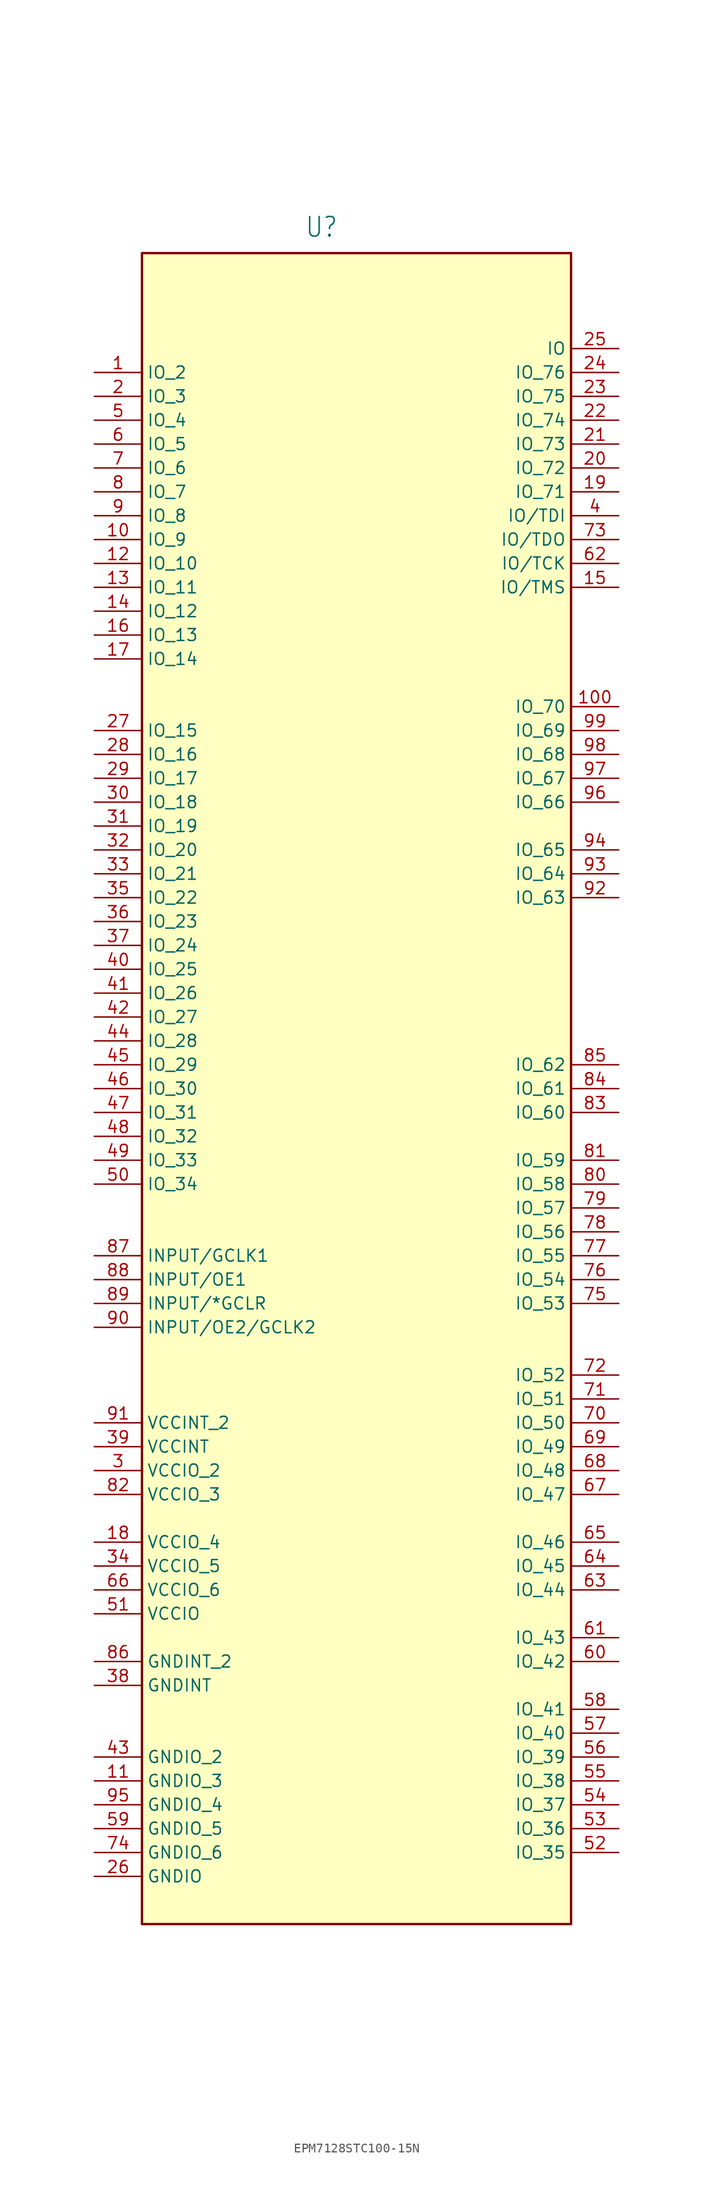
<source format=kicad_sym>
(kicad_symbol_lib
  (version 20220914)
  (generator kicad_symbol_editor)
  (symbol "EPM7128STC100-15N"
    (property "Reference" "U"
      (at -5.512 87.909 0)
      (effects (font (size 2.083 1.77)) (justify left bottom)))
    (property "Value" ""
      (at -7.925 -95.606 0)
      (effects (font (size 2.083 1.77)) (justify left bottom)))
    (property "ki_locked" ""
      (at 0 0 0)
      (effects (font (size 1.27 1.27))))
    (symbol "EPM7128STC100-15N_1_0"
      (pin bidirectional line (at -27.94 73.66 0) (length 5.08) (name "IO_2" (effects (font (size 1.27 1.27)))) (number "1" (effects (font (size 1.27 1.27)))))
      (pin bidirectional line (at -27.94 55.88 0) (length 5.08) (name "IO_9" (effects (font (size 1.27 1.27)))) (number "10" (effects (font (size 1.27 1.27)))))
      (pin bidirectional line (at 27.94 38.1 180) (length 5.08) (name "IO_70" (effects (font (size 1.27 1.27)))) (number "100" (effects (font (size 1.27 1.27)))))
      (pin passive line (at -27.94 -76.2 0) (length 5.08) (name "GNDIO_3" (effects (font (size 1.27 1.27)))) (number "11" (effects (font (size 1.27 1.27)))))
      (pin bidirectional line (at -27.94 53.34 0) (length 5.08) (name "IO_10" (effects (font (size 1.27 1.27)))) (number "12" (effects (font (size 1.27 1.27)))))
      (pin bidirectional line (at -27.94 50.8 0) (length 5.08) (name "IO_11" (effects (font (size 1.27 1.27)))) (number "13" (effects (font (size 1.27 1.27)))))
      (pin bidirectional line (at -27.94 48.26 0) (length 5.08) (name "IO_12" (effects (font (size 1.27 1.27)))) (number "14" (effects (font (size 1.27 1.27)))))
      (pin bidirectional line (at 27.94 50.8 180) (length 5.08) (name "IO/TMS" (effects (font (size 1.27 1.27)))) (number "15" (effects (font (size 1.27 1.27)))))
      (pin bidirectional line (at -27.94 45.72 0) (length 5.08) (name "IO_13" (effects (font (size 1.27 1.27)))) (number "16" (effects (font (size 1.27 1.27)))))
      (pin bidirectional line (at -27.94 43.18 0) (length 5.08) (name "IO_14" (effects (font (size 1.27 1.27)))) (number "17" (effects (font (size 1.27 1.27)))))
      (pin power_in line (at -27.94 -50.8 0) (length 5.08) (name "VCCIO_4" (effects (font (size 1.27 1.27)))) (number "18" (effects (font (size 1.27 1.27)))))
      (pin bidirectional line (at 27.94 60.96 180) (length 5.08) (name "IO_71" (effects (font (size 1.27 1.27)))) (number "19" (effects (font (size 1.27 1.27)))))
      (pin bidirectional line (at -27.94 71.12 0) (length 5.08) (name "IO_3" (effects (font (size 1.27 1.27)))) (number "2" (effects (font (size 1.27 1.27)))))
      (pin bidirectional line (at 27.94 63.5 180) (length 5.08) (name "IO_72" (effects (font (size 1.27 1.27)))) (number "20" (effects (font (size 1.27 1.27)))))
      (pin bidirectional line (at 27.94 66.04 180) (length 5.08) (name "IO_73" (effects (font (size 1.27 1.27)))) (number "21" (effects (font (size 1.27 1.27)))))
      (pin bidirectional line (at 27.94 68.58 180) (length 5.08) (name "IO_74" (effects (font (size 1.27 1.27)))) (number "22" (effects (font (size 1.27 1.27)))))
      (pin bidirectional line (at 27.94 71.12 180) (length 5.08) (name "IO_75" (effects (font (size 1.27 1.27)))) (number "23" (effects (font (size 1.27 1.27)))))
      (pin bidirectional line (at 27.94 73.66 180) (length 5.08) (name "IO_76" (effects (font (size 1.27 1.27)))) (number "24" (effects (font (size 1.27 1.27)))))
      (pin bidirectional line (at 27.94 76.2 180) (length 5.08) (name "IO" (effects (font (size 1.27 1.27)))) (number "25" (effects (font (size 1.27 1.27)))))
      (pin passive line (at -27.94 -86.36 0) (length 5.08) (name "GNDIO" (effects (font (size 1.27 1.27)))) (number "26" (effects (font (size 1.27 1.27)))))
      (pin bidirectional line (at -27.94 35.56 0) (length 5.08) (name "IO_15" (effects (font (size 1.27 1.27)))) (number "27" (effects (font (size 1.27 1.27)))))
      (pin bidirectional line (at -27.94 33.02 0) (length 5.08) (name "IO_16" (effects (font (size 1.27 1.27)))) (number "28" (effects (font (size 1.27 1.27)))))
      (pin bidirectional line (at -27.94 30.48 0) (length 5.08) (name "IO_17" (effects (font (size 1.27 1.27)))) (number "29" (effects (font (size 1.27 1.27)))))
      (pin power_in line (at -27.94 -43.18 0) (length 5.08) (name "VCCIO_2" (effects (font (size 1.27 1.27)))) (number "3" (effects (font (size 1.27 1.27)))))
      (pin bidirectional line (at -27.94 27.94 0) (length 5.08) (name "IO_18" (effects (font (size 1.27 1.27)))) (number "30" (effects (font (size 1.27 1.27)))))
      (pin bidirectional line (at -27.94 25.4 0) (length 5.08) (name "IO_19" (effects (font (size 1.27 1.27)))) (number "31" (effects (font (size 1.27 1.27)))))
      (pin bidirectional line (at -27.94 22.86 0) (length 5.08) (name "IO_20" (effects (font (size 1.27 1.27)))) (number "32" (effects (font (size 1.27 1.27)))))
      (pin bidirectional line (at -27.94 20.32 0) (length 5.08) (name "IO_21" (effects (font (size 1.27 1.27)))) (number "33" (effects (font (size 1.27 1.27)))))
      (pin power_in line (at -27.94 -53.34 0) (length 5.08) (name "VCCIO_5" (effects (font (size 1.27 1.27)))) (number "34" (effects (font (size 1.27 1.27)))))
      (pin bidirectional line (at -27.94 17.78 0) (length 5.08) (name "IO_22" (effects (font (size 1.27 1.27)))) (number "35" (effects (font (size 1.27 1.27)))))
      (pin bidirectional line (at -27.94 15.24 0) (length 5.08) (name "IO_23" (effects (font (size 1.27 1.27)))) (number "36" (effects (font (size 1.27 1.27)))))
      (pin bidirectional line (at -27.94 12.7 0) (length 5.08) (name "IO_24" (effects (font (size 1.27 1.27)))) (number "37" (effects (font (size 1.27 1.27)))))
      (pin passive line (at -27.94 -66.04 0) (length 5.08) (name "GNDINT" (effects (font (size 1.27 1.27)))) (number "38" (effects (font (size 1.27 1.27)))))
      (pin power_in line (at -27.94 -40.64 0) (length 5.08) (name "VCCINT" (effects (font (size 1.27 1.27)))) (number "39" (effects (font (size 1.27 1.27)))))
      (pin bidirectional line (at 27.94 58.42 180) (length 5.08) (name "IO/TDI" (effects (font (size 1.27 1.27)))) (number "4" (effects (font (size 1.27 1.27)))))
      (pin bidirectional line (at -27.94 10.16 0) (length 5.08) (name "IO_25" (effects (font (size 1.27 1.27)))) (number "40" (effects (font (size 1.27 1.27)))))
      (pin bidirectional line (at -27.94 7.62 0) (length 5.08) (name "IO_26" (effects (font (size 1.27 1.27)))) (number "41" (effects (font (size 1.27 1.27)))))
      (pin bidirectional line (at -27.94 5.08 0) (length 5.08) (name "IO_27" (effects (font (size 1.27 1.27)))) (number "42" (effects (font (size 1.27 1.27)))))
      (pin passive line (at -27.94 -73.66 0) (length 5.08) (name "GNDIO_2" (effects (font (size 1.27 1.27)))) (number "43" (effects (font (size 1.27 1.27)))))
      (pin bidirectional line (at -27.94 2.54 0) (length 5.08) (name "IO_28" (effects (font (size 1.27 1.27)))) (number "44" (effects (font (size 1.27 1.27)))))
      (pin bidirectional line (at -27.94 0 0) (length 5.08) (name "IO_29" (effects (font (size 1.27 1.27)))) (number "45" (effects (font (size 1.27 1.27)))))
      (pin bidirectional line (at -27.94 -2.54 0) (length 5.08) (name "IO_30" (effects (font (size 1.27 1.27)))) (number "46" (effects (font (size 1.27 1.27)))))
      (pin bidirectional line (at -27.94 -5.08 0) (length 5.08) (name "IO_31" (effects (font (size 1.27 1.27)))) (number "47" (effects (font (size 1.27 1.27)))))
      (pin bidirectional line (at -27.94 -7.62 0) (length 5.08) (name "IO_32" (effects (font (size 1.27 1.27)))) (number "48" (effects (font (size 1.27 1.27)))))
      (pin bidirectional line (at -27.94 -10.16 0) (length 5.08) (name "IO_33" (effects (font (size 1.27 1.27)))) (number "49" (effects (font (size 1.27 1.27)))))
      (pin bidirectional line (at -27.94 68.58 0) (length 5.08) (name "IO_4" (effects (font (size 1.27 1.27)))) (number "5" (effects (font (size 1.27 1.27)))))
      (pin bidirectional line (at -27.94 -12.7 0) (length 5.08) (name "IO_34" (effects (font (size 1.27 1.27)))) (number "50" (effects (font (size 1.27 1.27)))))
      (pin power_in line (at -27.94 -58.42 0) (length 5.08) (name "VCCIO" (effects (font (size 1.27 1.27)))) (number "51" (effects (font (size 1.27 1.27)))))
      (pin bidirectional line (at 27.94 -83.82 180) (length 5.08) (name "IO_35" (effects (font (size 1.27 1.27)))) (number "52" (effects (font (size 1.27 1.27)))))
      (pin bidirectional line (at 27.94 -81.28 180) (length 5.08) (name "IO_36" (effects (font (size 1.27 1.27)))) (number "53" (effects (font (size 1.27 1.27)))))
      (pin bidirectional line (at 27.94 -78.74 180) (length 5.08) (name "IO_37" (effects (font (size 1.27 1.27)))) (number "54" (effects (font (size 1.27 1.27)))))
      (pin bidirectional line (at 27.94 -76.2 180) (length 5.08) (name "IO_38" (effects (font (size 1.27 1.27)))) (number "55" (effects (font (size 1.27 1.27)))))
      (pin bidirectional line (at 27.94 -73.66 180) (length 5.08) (name "IO_39" (effects (font (size 1.27 1.27)))) (number "56" (effects (font (size 1.27 1.27)))))
      (pin bidirectional line (at 27.94 -71.12 180) (length 5.08) (name "IO_40" (effects (font (size 1.27 1.27)))) (number "57" (effects (font (size 1.27 1.27)))))
      (pin bidirectional line (at 27.94 -68.58 180) (length 5.08) (name "IO_41" (effects (font (size 1.27 1.27)))) (number "58" (effects (font (size 1.27 1.27)))))
      (pin passive line (at -27.94 -81.28 0) (length 5.08) (name "GNDIO_5" (effects (font (size 1.27 1.27)))) (number "59" (effects (font (size 1.27 1.27)))))
      (pin bidirectional line (at -27.94 66.04 0) (length 5.08) (name "IO_5" (effects (font (size 1.27 1.27)))) (number "6" (effects (font (size 1.27 1.27)))))
      (pin bidirectional line (at 27.94 -63.5 180) (length 5.08) (name "IO_42" (effects (font (size 1.27 1.27)))) (number "60" (effects (font (size 1.27 1.27)))))
      (pin bidirectional line (at 27.94 -60.96 180) (length 5.08) (name "IO_43" (effects (font (size 1.27 1.27)))) (number "61" (effects (font (size 1.27 1.27)))))
      (pin bidirectional line (at 27.94 53.34 180) (length 5.08) (name "IO/TCK" (effects (font (size 1.27 1.27)))) (number "62" (effects (font (size 1.27 1.27)))))
      (pin bidirectional line (at 27.94 -55.88 180) (length 5.08) (name "IO_44" (effects (font (size 1.27 1.27)))) (number "63" (effects (font (size 1.27 1.27)))))
      (pin bidirectional line (at 27.94 -53.34 180) (length 5.08) (name "IO_45" (effects (font (size 1.27 1.27)))) (number "64" (effects (font (size 1.27 1.27)))))
      (pin bidirectional line (at 27.94 -50.8 180) (length 5.08) (name "IO_46" (effects (font (size 1.27 1.27)))) (number "65" (effects (font (size 1.27 1.27)))))
      (pin power_in line (at -27.94 -55.88 0) (length 5.08) (name "VCCIO_6" (effects (font (size 1.27 1.27)))) (number "66" (effects (font (size 1.27 1.27)))))
      (pin bidirectional line (at 27.94 -45.72 180) (length 5.08) (name "IO_47" (effects (font (size 1.27 1.27)))) (number "67" (effects (font (size 1.27 1.27)))))
      (pin bidirectional line (at 27.94 -43.18 180) (length 5.08) (name "IO_48" (effects (font (size 1.27 1.27)))) (number "68" (effects (font (size 1.27 1.27)))))
      (pin bidirectional line (at 27.94 -40.64 180) (length 5.08) (name "IO_49" (effects (font (size 1.27 1.27)))) (number "69" (effects (font (size 1.27 1.27)))))
      (pin bidirectional line (at -27.94 63.5 0) (length 5.08) (name "IO_6" (effects (font (size 1.27 1.27)))) (number "7" (effects (font (size 1.27 1.27)))))
      (pin bidirectional line (at 27.94 -38.1 180) (length 5.08) (name "IO_50" (effects (font (size 1.27 1.27)))) (number "70" (effects (font (size 1.27 1.27)))))
      (pin bidirectional line (at 27.94 -35.56 180) (length 5.08) (name "IO_51" (effects (font (size 1.27 1.27)))) (number "71" (effects (font (size 1.27 1.27)))))
      (pin bidirectional line (at 27.94 -33.02 180) (length 5.08) (name "IO_52" (effects (font (size 1.27 1.27)))) (number "72" (effects (font (size 1.27 1.27)))))
      (pin bidirectional line (at 27.94 55.88 180) (length 5.08) (name "IO/TDO" (effects (font (size 1.27 1.27)))) (number "73" (effects (font (size 1.27 1.27)))))
      (pin passive line (at -27.94 -83.82 0) (length 5.08) (name "GNDIO_6" (effects (font (size 1.27 1.27)))) (number "74" (effects (font (size 1.27 1.27)))))
      (pin bidirectional line (at 27.94 -25.4 180) (length 5.08) (name "IO_53" (effects (font (size 1.27 1.27)))) (number "75" (effects (font (size 1.27 1.27)))))
      (pin bidirectional line (at 27.94 -22.86 180) (length 5.08) (name "IO_54" (effects (font (size 1.27 1.27)))) (number "76" (effects (font (size 1.27 1.27)))))
      (pin bidirectional line (at 27.94 -20.32 180) (length 5.08) (name "IO_55" (effects (font (size 1.27 1.27)))) (number "77" (effects (font (size 1.27 1.27)))))
      (pin bidirectional line (at 27.94 -17.78 180) (length 5.08) (name "IO_56" (effects (font (size 1.27 1.27)))) (number "78" (effects (font (size 1.27 1.27)))))
      (pin bidirectional line (at 27.94 -15.24 180) (length 5.08) (name "IO_57" (effects (font (size 1.27 1.27)))) (number "79" (effects (font (size 1.27 1.27)))))
      (pin bidirectional line (at -27.94 60.96 0) (length 5.08) (name "IO_7" (effects (font (size 1.27 1.27)))) (number "8" (effects (font (size 1.27 1.27)))))
      (pin bidirectional line (at 27.94 -12.7 180) (length 5.08) (name "IO_58" (effects (font (size 1.27 1.27)))) (number "80" (effects (font (size 1.27 1.27)))))
      (pin bidirectional line (at 27.94 -10.16 180) (length 5.08) (name "IO_59" (effects (font (size 1.27 1.27)))) (number "81" (effects (font (size 1.27 1.27)))))
      (pin power_in line (at -27.94 -45.72 0) (length 5.08) (name "VCCIO_3" (effects (font (size 1.27 1.27)))) (number "82" (effects (font (size 1.27 1.27)))))
      (pin bidirectional line (at 27.94 -5.08 180) (length 5.08) (name "IO_60" (effects (font (size 1.27 1.27)))) (number "83" (effects (font (size 1.27 1.27)))))
      (pin bidirectional line (at 27.94 -2.54 180) (length 5.08) (name "IO_61" (effects (font (size 1.27 1.27)))) (number "84" (effects (font (size 1.27 1.27)))))
      (pin bidirectional line (at 27.94 0 180) (length 5.08) (name "IO_62" (effects (font (size 1.27 1.27)))) (number "85" (effects (font (size 1.27 1.27)))))
      (pin passive line (at -27.94 -63.5 0) (length 5.08) (name "GNDINT_2" (effects (font (size 1.27 1.27)))) (number "86" (effects (font (size 1.27 1.27)))))
      (pin input line (at -27.94 -20.32 0) (length 5.08) (name "INPUT/GCLK1" (effects (font (size 1.27 1.27)))) (number "87" (effects (font (size 1.27 1.27)))))
      (pin input line (at -27.94 -22.86 0) (length 5.08) (name "INPUT/OE1" (effects (font (size 1.27 1.27)))) (number "88" (effects (font (size 1.27 1.27)))))
      (pin input line (at -27.94 -25.4 0) (length 5.08) (name "INPUT/*GCLR" (effects (font (size 1.27 1.27)))) (number "89" (effects (font (size 1.27 1.27)))))
      (pin bidirectional line (at -27.94 58.42 0) (length 5.08) (name "IO_8" (effects (font (size 1.27 1.27)))) (number "9" (effects (font (size 1.27 1.27)))))
      (pin input line (at -27.94 -27.94 0) (length 5.08) (name "INPUT/OE2/GCLK2" (effects (font (size 1.27 1.27)))) (number "90" (effects (font (size 1.27 1.27)))))
      (pin power_in line (at -27.94 -38.1 0) (length 5.08) (name "VCCINT_2" (effects (font (size 1.27 1.27)))) (number "91" (effects (font (size 1.27 1.27)))))
      (pin bidirectional line (at 27.94 17.78 180) (length 5.08) (name "IO_63" (effects (font (size 1.27 1.27)))) (number "92" (effects (font (size 1.27 1.27)))))
      (pin bidirectional line (at 27.94 20.32 180) (length 5.08) (name "IO_64" (effects (font (size 1.27 1.27)))) (number "93" (effects (font (size 1.27 1.27)))))
      (pin bidirectional line (at 27.94 22.86 180) (length 5.08) (name "IO_65" (effects (font (size 1.27 1.27)))) (number "94" (effects (font (size 1.27 1.27)))))
      (pin passive line (at -27.94 -78.74 0) (length 5.08) (name "GNDIO_4" (effects (font (size 1.27 1.27)))) (number "95" (effects (font (size 1.27 1.27)))))
      (pin bidirectional line (at 27.94 27.94 180) (length 5.08) (name "IO_66" (effects (font (size 1.27 1.27)))) (number "96" (effects (font (size 1.27 1.27)))))
      (pin bidirectional line (at 27.94 30.48 180) (length 5.08) (name "IO_67" (effects (font (size 1.27 1.27)))) (number "97" (effects (font (size 1.27 1.27)))))
      (pin bidirectional line (at 27.94 33.02 180) (length 5.08) (name "IO_68" (effects (font (size 1.27 1.27)))) (number "98" (effects (font (size 1.27 1.27)))))
      (pin bidirectional line (at 27.94 35.56 180) (length 5.08) (name "IO_69" (effects (font (size 1.27 1.27)))) (number "99" (effects (font (size 1.27 1.27))))))
    (symbol "EPM7128STC100-15N_1_1"
      (rectangle (start -22.86 86.36) (end 22.86 -91.44) (stroke (width 0.254) (type default)) (fill (type background))))))
</source>
